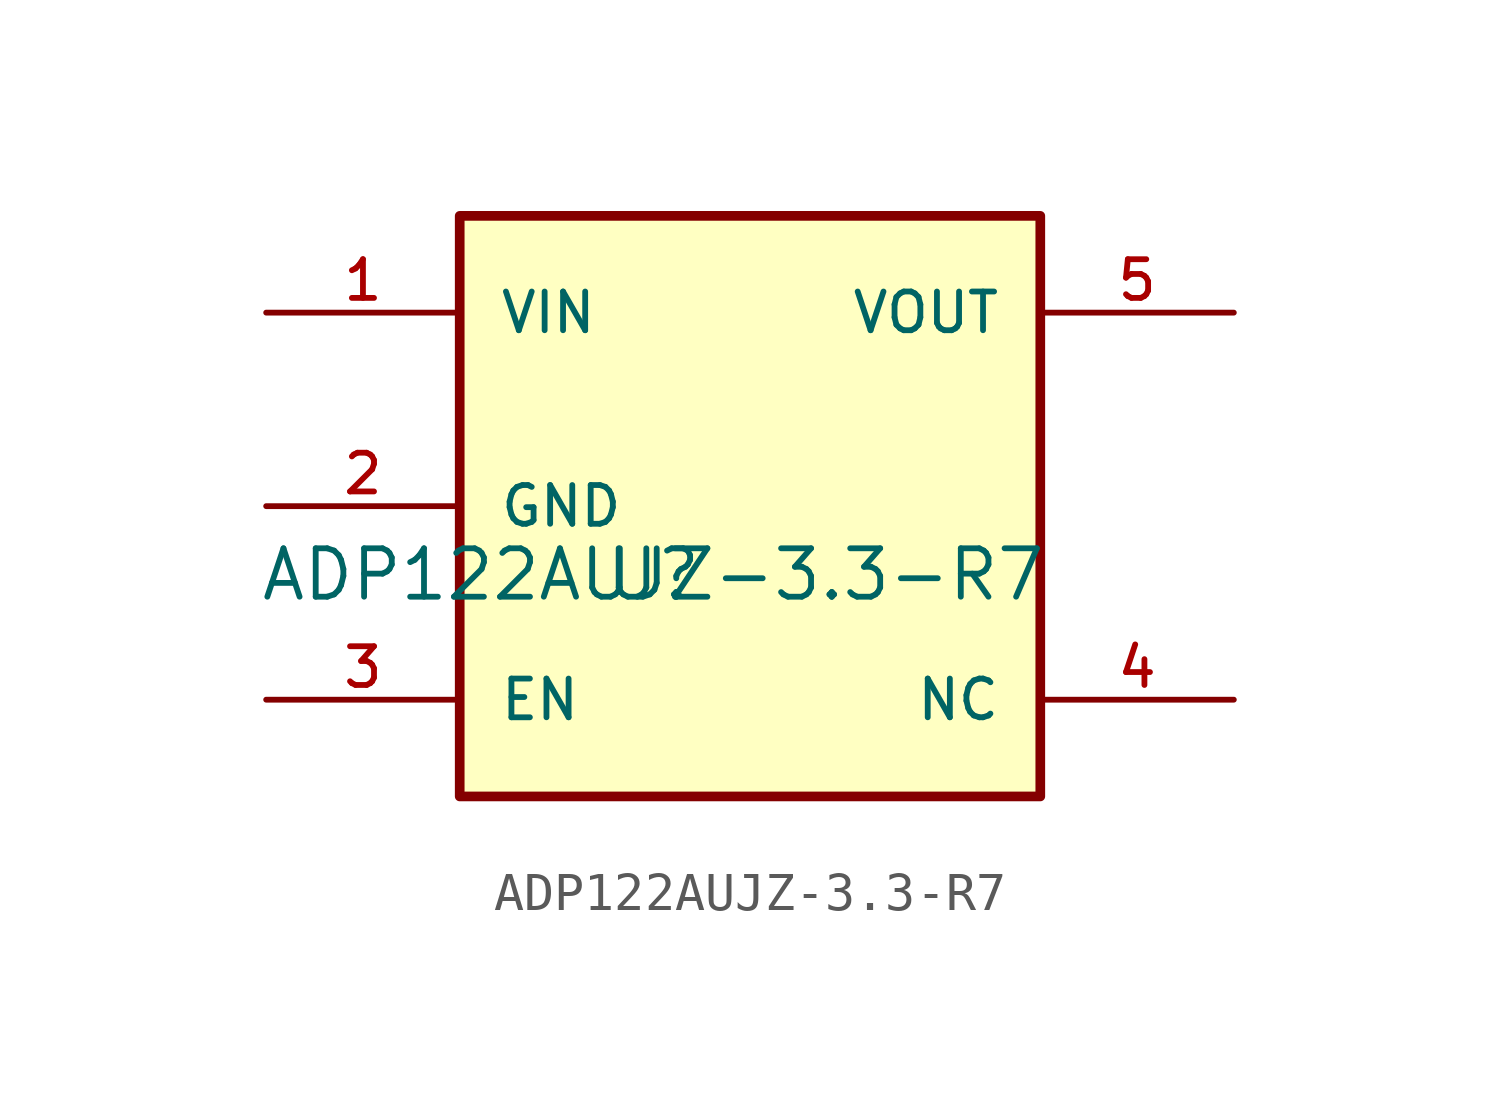
<source format=kicad_sym>
(kicad_symbol_lib
  (version 20220914)
  (generator kicad_symbol_editor)
  (symbol "ADP122AUJZ-3.3-R7"
    (pin_names
      (offset 1.016))
    (property "Reference" "U"
      (at 0 0 0)
      (effects (font (size 1.27 1.27)) (justify bottom)))
    (property "Value" "ADP122AUJZ-3.3-R7"
      (at 0 0 0)
      (effects (font (size 1.27 1.27)) (justify bottom)))
    (symbol "ADP122AUJZ-3.3-R7_0_0"
      (rectangle (start -5.08 -5.08) (end 10.16 10.16) (stroke (width 0.254) (type default)) (fill (type background)))
      (pin bidirectional line (at -10.16 7.62 0) (length 5.08) (name "VIN" (effects (font (size 1.016 1.016)))) (number "1" (effects (font (size 1.016 1.016)))))
      (pin bidirectional line (at -10.16 2.54 0) (length 5.08) (name "GND" (effects (font (size 1.016 1.016)))) (number "2" (effects (font (size 1.016 1.016)))))
      (pin bidirectional line (at -10.16 -2.54 0) (length 5.08) (name "EN" (effects (font (size 1.016 1.016)))) (number "3" (effects (font (size 1.016 1.016)))))
      (pin bidirectional line (at 15.24 -2.54 180) (length 5.08) (name "NC" (effects (font (size 1.016 1.016)))) (number "4" (effects (font (size 1.016 1.016)))))
      (pin bidirectional line (at 15.24 7.62 180) (length 5.08) (name "VOUT" (effects (font (size 1.016 1.016)))) (number "5" (effects (font (size 1.016 1.016))))))))
</source>
